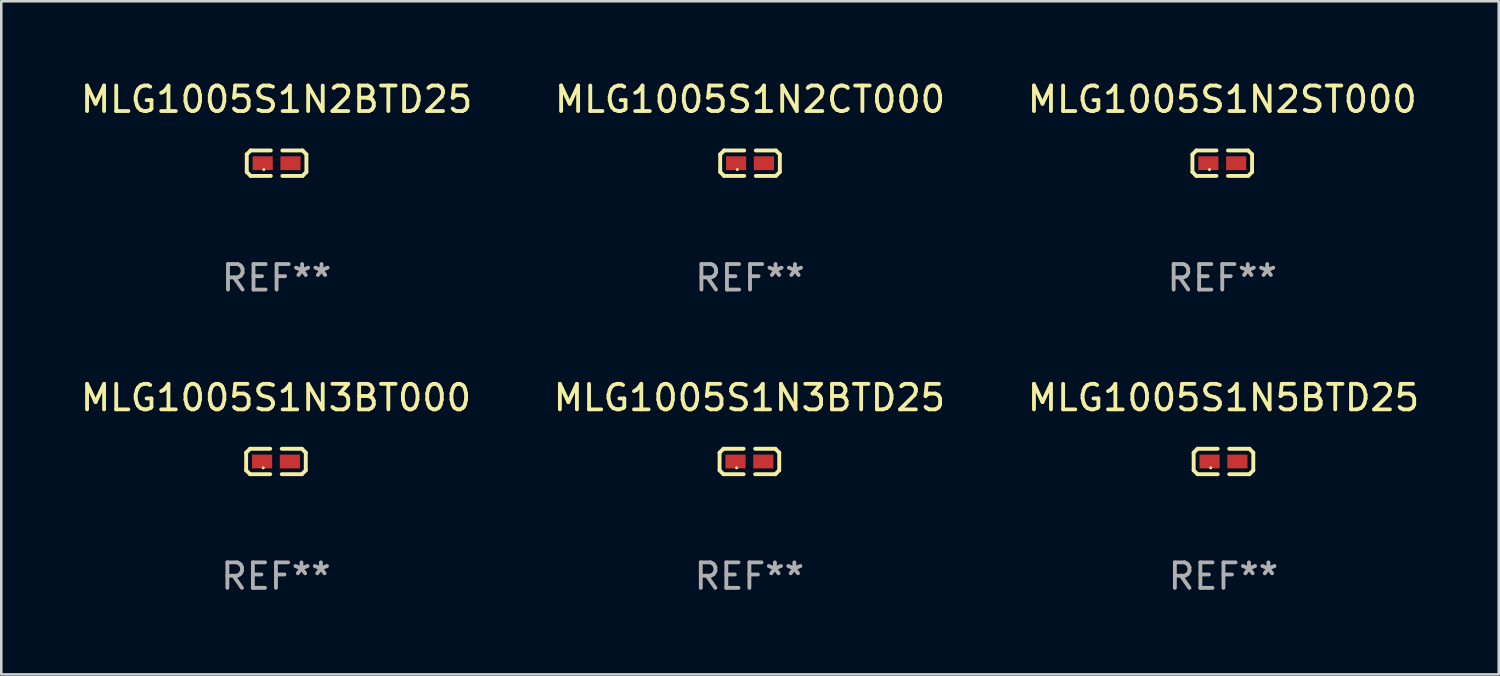
<source format=kicad_pcb>
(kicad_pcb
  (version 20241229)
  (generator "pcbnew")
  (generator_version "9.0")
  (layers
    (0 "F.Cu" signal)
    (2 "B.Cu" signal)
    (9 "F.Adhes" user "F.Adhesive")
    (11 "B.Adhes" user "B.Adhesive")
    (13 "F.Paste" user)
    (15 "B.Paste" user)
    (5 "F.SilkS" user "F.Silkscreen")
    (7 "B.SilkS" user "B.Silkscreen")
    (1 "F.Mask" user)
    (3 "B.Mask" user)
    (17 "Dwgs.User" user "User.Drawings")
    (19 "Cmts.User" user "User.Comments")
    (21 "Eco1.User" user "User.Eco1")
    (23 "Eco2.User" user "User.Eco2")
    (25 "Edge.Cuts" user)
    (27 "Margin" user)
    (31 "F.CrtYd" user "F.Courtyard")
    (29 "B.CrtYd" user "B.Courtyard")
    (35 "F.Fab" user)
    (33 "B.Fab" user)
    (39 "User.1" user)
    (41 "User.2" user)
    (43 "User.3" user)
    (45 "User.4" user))
  (footprint "MLG1005S1N3BTD25"
    (layer "F.Cu")
    (at 26.327 15.041)
    (property "Reference" "MLG1005S1N3BTD25" (at 0 -2.499 0) (layer "F.SilkS") (effects (font (size 1 1) (thickness 0.15))))
    (attr through_hole)
    (fp_line (start -1.169 -0.346) (end -1.016 -0.499) (stroke (width 0.152) (type solid)) (layer "F.SilkS"))
    (fp_line (start -1.169 0.346) (end -1.169 -0.346) (stroke (width 0.152) (type solid)) (layer "F.SilkS"))
    (fp_line (start -1.016 -0.499) (end -0.226 -0.499) (stroke (width 0.152) (type solid)) (layer "F.SilkS"))
    (fp_line (start -1.016 0.499) (end -1.169 0.346) (stroke (width 0.152) (type solid)) (layer "F.SilkS"))
    (fp_line (start -0.226 0.499) (end -1.016 0.499) (stroke (width 0.152) (type solid)) (layer "F.SilkS"))
    (fp_line (start 0.226 0.499) (end 1.016 0.499) (stroke (width 0.152) (type solid)) (layer "F.SilkS"))
    (fp_line (start 1.016 -0.499) (end 0.226 -0.499) (stroke (width 0.152) (type solid)) (layer "F.SilkS"))
    (fp_line (start 1.016 0.499) (end 1.169 0.346) (stroke (width 0.152) (type solid)) (layer "F.SilkS"))
    (fp_line (start 1.169 -0.346) (end 1.016 -0.499) (stroke (width 0.152) (type solid)) (layer "F.SilkS"))
    (fp_line (start 1.169 0.346) (end 1.169 -0.346) (stroke (width 0.152) (type solid)) (layer "F.SilkS"))
    (fp_circle (center -0.5 0.25) (end -0.47 0.25) (stroke (width 0.06) (type solid)) (fill no) (layer "F.SilkS"))
    (fp_text user "REF**" (at 0 4.499 0) (layer "F.Fab") (effects (font (size 1 1) (thickness 0.15))))
    (pad "1" smd rect (at -0.545 0) (size 0.79 0.54) (layers "F.Cu" "F.Mask" "F.Paste"))
    (pad "2" smd rect (at 0.545 0) (size 0.79 0.54) (layers "F.Cu" "F.Mask" "F.Paste")))
  (footprint "MLG1005S1N3BT000"
    (layer "F.Cu")
    (at 7.768 15.041)
    (property "Reference" "MLG1005S1N3BT000" (at 0 -2.499 0) (layer "F.SilkS") (effects (font (size 1 1) (thickness 0.15))))
    (attr through_hole)
    (fp_line (start -1.169 -0.346) (end -1.016 -0.499) (stroke (width 0.152) (type solid)) (layer "F.SilkS"))
    (fp_line (start -1.169 0.346) (end -1.169 -0.346) (stroke (width 0.152) (type solid)) (layer "F.SilkS"))
    (fp_line (start -1.016 -0.499) (end -0.226 -0.499) (stroke (width 0.152) (type solid)) (layer "F.SilkS"))
    (fp_line (start -1.016 0.499) (end -1.169 0.346) (stroke (width 0.152) (type solid)) (layer "F.SilkS"))
    (fp_line (start -0.226 0.499) (end -1.016 0.499) (stroke (width 0.152) (type solid)) (layer "F.SilkS"))
    (fp_line (start 0.226 0.499) (end 1.016 0.499) (stroke (width 0.152) (type solid)) (layer "F.SilkS"))
    (fp_line (start 1.016 -0.499) (end 0.226 -0.499) (stroke (width 0.152) (type solid)) (layer "F.SilkS"))
    (fp_line (start 1.016 0.499) (end 1.169 0.346) (stroke (width 0.152) (type solid)) (layer "F.SilkS"))
    (fp_line (start 1.169 -0.346) (end 1.016 -0.499) (stroke (width 0.152) (type solid)) (layer "F.SilkS"))
    (fp_line (start 1.169 0.346) (end 1.169 -0.346) (stroke (width 0.152) (type solid)) (layer "F.SilkS"))
    (fp_circle (center -0.5 0.25) (end -0.47 0.25) (stroke (width 0.06) (type solid)) (fill no) (layer "F.SilkS"))
    (fp_text user "REF**" (at 0 4.499 0) (layer "F.Fab") (effects (font (size 1 1) (thickness 0.15))))
    (pad "1" smd rect (at -0.545 0) (size 0.79 0.54) (layers "F.Cu" "F.Mask" "F.Paste"))
    (pad "2" smd rect (at 0.545 0) (size 0.79 0.54) (layers "F.Cu" "F.Mask" "F.Paste")))
  (footprint "MLG1005S1N5BTD25"
    (layer "F.Cu")
    (at 44.911 15.041)
    (property "Reference" "MLG1005S1N5BTD25" (at 0 -2.499 0) (layer "F.SilkS") (effects (font (size 1 1) (thickness 0.15))))
    (attr through_hole)
    (fp_line (start -1.169 -0.346) (end -1.016 -0.499) (stroke (width 0.152) (type solid)) (layer "F.SilkS"))
    (fp_line (start -1.169 0.346) (end -1.169 -0.346) (stroke (width 0.152) (type solid)) (layer "F.SilkS"))
    (fp_line (start -1.016 -0.499) (end -0.226 -0.499) (stroke (width 0.152) (type solid)) (layer "F.SilkS"))
    (fp_line (start -1.016 0.499) (end -1.169 0.346) (stroke (width 0.152) (type solid)) (layer "F.SilkS"))
    (fp_line (start -0.226 0.499) (end -1.016 0.499) (stroke (width 0.152) (type solid)) (layer "F.SilkS"))
    (fp_line (start 0.226 0.499) (end 1.016 0.499) (stroke (width 0.152) (type solid)) (layer "F.SilkS"))
    (fp_line (start 1.016 -0.499) (end 0.226 -0.499) (stroke (width 0.152) (type solid)) (layer "F.SilkS"))
    (fp_line (start 1.016 0.499) (end 1.169 0.346) (stroke (width 0.152) (type solid)) (layer "F.SilkS"))
    (fp_line (start 1.169 -0.346) (end 1.016 -0.499) (stroke (width 0.152) (type solid)) (layer "F.SilkS"))
    (fp_line (start 1.169 0.346) (end 1.169 -0.346) (stroke (width 0.152) (type solid)) (layer "F.SilkS"))
    (fp_circle (center -0.5 0.25) (end -0.47 0.25) (stroke (width 0.06) (type solid)) (fill no) (layer "F.SilkS"))
    (fp_text user "REF**" (at 0 4.499 0) (layer "F.Fab") (effects (font (size 1 1) (thickness 0.15))))
    (pad "1" smd rect (at -0.545 0) (size 0.79 0.54) (layers "F.Cu" "F.Mask" "F.Paste"))
    (pad "2" smd rect (at 0.545 0) (size 0.79 0.54) (layers "F.Cu" "F.Mask" "F.Paste")))
  (footprint "MLG1005S1N2BTD25"
    (layer "F.Cu")
    (at 7.792 3.347)
    (property "Reference" "MLG1005S1N2BTD25" (at 0 -2.499 0) (layer "F.SilkS") (effects (font (size 1 1) (thickness 0.15))))
    (attr through_hole)
    (fp_line (start -1.169 -0.346) (end -1.016 -0.499) (stroke (width 0.152) (type solid)) (layer "F.SilkS"))
    (fp_line (start -1.169 0.346) (end -1.169 -0.346) (stroke (width 0.152) (type solid)) (layer "F.SilkS"))
    (fp_line (start -1.016 -0.499) (end -0.226 -0.499) (stroke (width 0.152) (type solid)) (layer "F.SilkS"))
    (fp_line (start -1.016 0.499) (end -1.169 0.346) (stroke (width 0.152) (type solid)) (layer "F.SilkS"))
    (fp_line (start -0.226 0.499) (end -1.016 0.499) (stroke (width 0.152) (type solid)) (layer "F.SilkS"))
    (fp_line (start 0.226 0.499) (end 1.016 0.499) (stroke (width 0.152) (type solid)) (layer "F.SilkS"))
    (fp_line (start 1.016 -0.499) (end 0.226 -0.499) (stroke (width 0.152) (type solid)) (layer "F.SilkS"))
    (fp_line (start 1.016 0.499) (end 1.169 0.346) (stroke (width 0.152) (type solid)) (layer "F.SilkS"))
    (fp_line (start 1.169 -0.346) (end 1.016 -0.499) (stroke (width 0.152) (type solid)) (layer "F.SilkS"))
    (fp_line (start 1.169 0.346) (end 1.169 -0.346) (stroke (width 0.152) (type solid)) (layer "F.SilkS"))
    (fp_circle (center -0.5 0.25) (end -0.47 0.25) (stroke (width 0.06) (type solid)) (fill no) (layer "F.SilkS"))
    (fp_text user "REF**" (at 0 4.499 0) (layer "F.Fab") (effects (font (size 1 1) (thickness 0.15))))
    (pad "1" smd rect (at -0.545 0) (size 0.79 0.54) (layers "F.Cu" "F.Mask" "F.Paste"))
    (pad "2" smd rect (at 0.545 0) (size 0.79 0.54) (layers "F.Cu" "F.Mask" "F.Paste")))
  (footprint "MLG1005S1N2ST000"
    (layer "F.Cu")
    (at 44.863 3.347)
    (property "Reference" "MLG1005S1N2ST000" (at 0 -2.499 0) (layer "F.SilkS") (effects (font (size 1 1) (thickness 0.15))))
    (attr through_hole)
    (fp_line (start -1.169 -0.346) (end -1.016 -0.499) (stroke (width 0.152) (type solid)) (layer "F.SilkS"))
    (fp_line (start -1.169 0.346) (end -1.169 -0.346) (stroke (width 0.152) (type solid)) (layer "F.SilkS"))
    (fp_line (start -1.016 -0.499) (end -0.226 -0.499) (stroke (width 0.152) (type solid)) (layer "F.SilkS"))
    (fp_line (start -1.016 0.499) (end -1.169 0.346) (stroke (width 0.152) (type solid)) (layer "F.SilkS"))
    (fp_line (start -0.226 0.499) (end -1.016 0.499) (stroke (width 0.152) (type solid)) (layer "F.SilkS"))
    (fp_line (start 0.226 0.499) (end 1.016 0.499) (stroke (width 0.152) (type solid)) (layer "F.SilkS"))
    (fp_line (start 1.016 -0.499) (end 0.226 -0.499) (stroke (width 0.152) (type solid)) (layer "F.SilkS"))
    (fp_line (start 1.016 0.499) (end 1.169 0.346) (stroke (width 0.152) (type solid)) (layer "F.SilkS"))
    (fp_line (start 1.169 -0.346) (end 1.016 -0.499) (stroke (width 0.152) (type solid)) (layer "F.SilkS"))
    (fp_line (start 1.169 0.346) (end 1.169 -0.346) (stroke (width 0.152) (type solid)) (layer "F.SilkS"))
    (fp_circle (center -0.5 0.25) (end -0.47 0.25) (stroke (width 0.06) (type solid)) (fill no) (layer "F.SilkS"))
    (fp_text user "REF**" (at 0 4.499 0) (layer "F.Fab") (effects (font (size 1 1) (thickness 0.15))))
    (pad "1" smd rect (at -0.545 0) (size 0.79 0.54) (layers "F.Cu" "F.Mask" "F.Paste"))
    (pad "2" smd rect (at 0.545 0) (size 0.79 0.54) (layers "F.Cu" "F.Mask" "F.Paste")))
  (footprint "MLG1005S1N2CT000"
    (layer "F.Cu")
    (at 26.351 3.347)
    (property "Reference" "MLG1005S1N2CT000" (at 0 -2.499 0) (layer "F.SilkS") (effects (font (size 1 1) (thickness 0.15))))
    (attr through_hole)
    (fp_line (start -1.169 -0.346) (end -1.016 -0.499) (stroke (width 0.152) (type solid)) (layer "F.SilkS"))
    (fp_line (start -1.169 0.346) (end -1.169 -0.346) (stroke (width 0.152) (type solid)) (layer "F.SilkS"))
    (fp_line (start -1.016 -0.499) (end -0.226 -0.499) (stroke (width 0.152) (type solid)) (layer "F.SilkS"))
    (fp_line (start -1.016 0.499) (end -1.169 0.346) (stroke (width 0.152) (type solid)) (layer "F.SilkS"))
    (fp_line (start -0.226 0.499) (end -1.016 0.499) (stroke (width 0.152) (type solid)) (layer "F.SilkS"))
    (fp_line (start 0.226 0.499) (end 1.016 0.499) (stroke (width 0.152) (type solid)) (layer "F.SilkS"))
    (fp_line (start 1.016 -0.499) (end 0.226 -0.499) (stroke (width 0.152) (type solid)) (layer "F.SilkS"))
    (fp_line (start 1.016 0.499) (end 1.169 0.346) (stroke (width 0.152) (type solid)) (layer "F.SilkS"))
    (fp_line (start 1.169 -0.346) (end 1.016 -0.499) (stroke (width 0.152) (type solid)) (layer "F.SilkS"))
    (fp_line (start 1.169 0.346) (end 1.169 -0.346) (stroke (width 0.152) (type solid)) (layer "F.SilkS"))
    (fp_circle (center -0.5 0.25) (end -0.47 0.25) (stroke (width 0.06) (type solid)) (fill no) (layer "F.SilkS"))
    (fp_text user "REF**" (at 0 4.499 0) (layer "F.Fab") (effects (font (size 1 1) (thickness 0.15))))
    (pad "1" smd rect (at -0.545 0) (size 0.79 0.54) (layers "F.Cu" "F.Mask" "F.Paste"))
    (pad "2" smd rect (at 0.545 0) (size 0.79 0.54) (layers "F.Cu" "F.Mask" "F.Paste")))
  (gr_rect
    (start -3 -3)
    (end 55.702 23.387)
    (stroke (width 0.1) (type default))
    (fill no)
    (layer "Edge.Cuts")))
</source>
